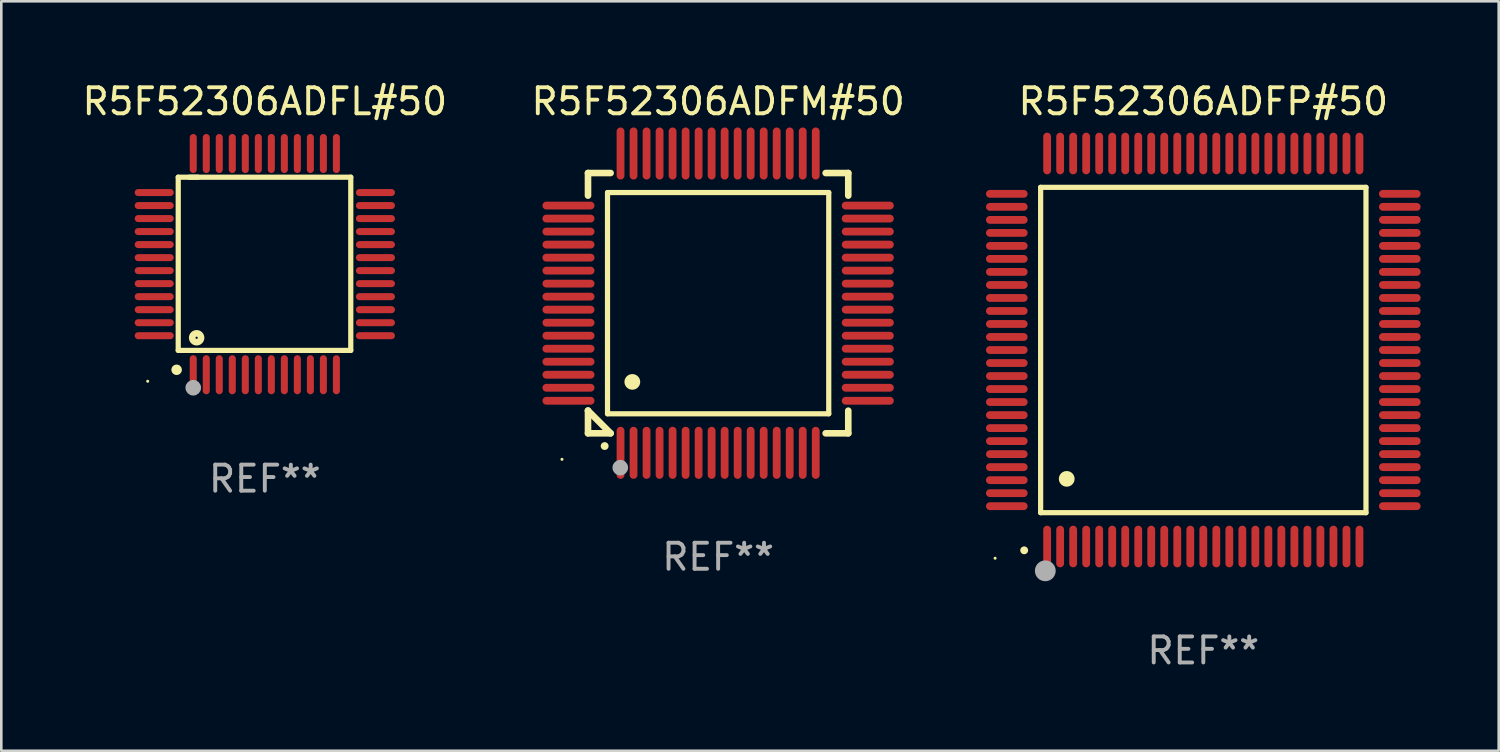
<source format=kicad_pcb>
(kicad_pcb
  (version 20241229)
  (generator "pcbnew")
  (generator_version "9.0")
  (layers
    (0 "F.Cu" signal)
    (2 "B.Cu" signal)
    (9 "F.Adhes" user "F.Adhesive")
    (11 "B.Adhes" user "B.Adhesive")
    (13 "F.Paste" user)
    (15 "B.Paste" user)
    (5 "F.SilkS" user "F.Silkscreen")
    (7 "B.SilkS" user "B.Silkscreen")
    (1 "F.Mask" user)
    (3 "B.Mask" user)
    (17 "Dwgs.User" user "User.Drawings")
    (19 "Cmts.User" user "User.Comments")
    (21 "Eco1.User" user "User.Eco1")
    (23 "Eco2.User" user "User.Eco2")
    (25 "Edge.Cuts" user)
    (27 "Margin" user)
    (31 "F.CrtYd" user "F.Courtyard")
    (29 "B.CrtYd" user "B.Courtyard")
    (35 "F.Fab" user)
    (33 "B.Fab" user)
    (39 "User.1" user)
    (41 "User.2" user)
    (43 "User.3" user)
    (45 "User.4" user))
  (footprint "R5F52306ADFL#50"
    (layer "F.Cu")
    (at 7.125 7.098)
    (property "Reference" "R5F52306ADFL#50" (at 0 -6.25 0) (layer "F.SilkS") (effects (font (size 1 1) (thickness 0.15))))
    (attr through_hole)
    (fp_line (start -3.327 -3.34) (end -2.565 -3.34) (stroke (width 0.2) (type solid)) (layer "F.SilkS"))
    (fp_line (start -3.327 3.315) (end -3.327 -3.34) (stroke (width 0.2) (type solid)) (layer "F.SilkS"))
    (fp_line (start -2.896 -3.34) (end 3.302 -3.34) (stroke (width 0.2) (type solid)) (layer "F.SilkS"))
    (fp_line (start 3.302 -3.34) (end 3.302 3.315) (stroke (width 0.2) (type solid)) (layer "F.SilkS"))
    (fp_line (start 3.302 3.315) (end -3.327 3.315) (stroke (width 0.2) (type solid)) (layer "F.SilkS"))
    (fp_arc (start -3.389992 4.059995) (mid -3.388722 4.059991) (end -3.387452 4.059995) (stroke (width 0.4) (type solid)) (layer "F.SilkS"))
    (fp_circle (center -4.5 4.5) (end -4.47 4.5) (stroke (width 0.06) (type solid)) (fill no) (layer "F.SilkS"))
    (fp_circle (center -2.62 2.83) (end -2.45 2.83) (stroke (width 0.254) (type solid)) (fill no) (layer "F.SilkS"))
    (fp_circle (center -2.75 4.75) (end -2.6 4.75) (stroke (width 0.3) (type solid)) (fill no) (layer "F.Fab"))
    (fp_text user "REF**" (at 0 8.25 0) (layer "F.Fab") (effects (font (size 1 1) (thickness 0.15))))
    (pad "1" smd oval (at -2.75 4.25) (size 0.27 1.5) (layers "F.Cu" "F.Mask" "F.Paste"))
    (pad "2" smd oval (at -2.25 4.25) (size 0.27 1.5) (layers "F.Cu" "F.Mask" "F.Paste"))
    (pad "3" smd oval (at -1.75 4.25) (size 0.27 1.5) (layers "F.Cu" "F.Mask" "F.Paste"))
    (pad "4" smd oval (at -1.25 4.25) (size 0.27 1.5) (layers "F.Cu" "F.Mask" "F.Paste"))
    (pad "5" smd oval (at -0.75 4.25) (size 0.27 1.5) (layers "F.Cu" "F.Mask" "F.Paste"))
    (pad "6" smd oval (at -0.25 4.25) (size 0.27 1.5) (layers "F.Cu" "F.Mask" "F.Paste"))
    (pad "7" smd oval (at 0.25 4.25) (size 0.27 1.5) (layers "F.Cu" "F.Mask" "F.Paste"))
    (pad "8" smd oval (at 0.75 4.25) (size 0.27 1.5) (layers "F.Cu" "F.Mask" "F.Paste"))
    (pad "9" smd oval (at 1.25 4.25) (size 0.27 1.5) (layers "F.Cu" "F.Mask" "F.Paste"))
    (pad "10" smd oval (at 1.75 4.25) (size 0.27 1.5) (layers "F.Cu" "F.Mask" "F.Paste"))
    (pad "11" smd oval (at 2.25 4.25) (size 0.27 1.5) (layers "F.Cu" "F.Mask" "F.Paste"))
    (pad "12" smd oval (at 2.75 4.25) (size 0.27 1.5) (layers "F.Cu" "F.Mask" "F.Paste"))
    (pad "13" smd oval (at 4.25 2.75) (size 1.5 0.27) (layers "F.Cu" "F.Mask" "F.Paste"))
    (pad "14" smd oval (at 4.25 2.25) (size 1.5 0.27) (layers "F.Cu" "F.Mask" "F.Paste"))
    (pad "15" smd oval (at 4.25 1.75) (size 1.5 0.27) (layers "F.Cu" "F.Mask" "F.Paste"))
    (pad "16" smd oval (at 4.25 1.25) (size 1.5 0.27) (layers "F.Cu" "F.Mask" "F.Paste"))
    (pad "17" smd oval (at 4.25 0.75) (size 1.5 0.27) (layers "F.Cu" "F.Mask" "F.Paste"))
    (pad "18" smd oval (at 4.25 0.25) (size 1.5 0.27) (layers "F.Cu" "F.Mask" "F.Paste"))
    (pad "19" smd oval (at 4.25 -0.25) (size 1.5 0.27) (layers "F.Cu" "F.Mask" "F.Paste"))
    (pad "20" smd oval (at 4.25 -0.75) (size 1.5 0.27) (layers "F.Cu" "F.Mask" "F.Paste"))
    (pad "21" smd oval (at 4.25 -1.25) (size 1.5 0.27) (layers "F.Cu" "F.Mask" "F.Paste"))
    (pad "22" smd oval (at 4.25 -1.75) (size 1.5 0.27) (layers "F.Cu" "F.Mask" "F.Paste"))
    (pad "23" smd oval (at 4.25 -2.25) (size 1.5 0.27) (layers "F.Cu" "F.Mask" "F.Paste"))
    (pad "24" smd oval (at 4.25 -2.75) (size 1.5 0.27) (layers "F.Cu" "F.Mask" "F.Paste"))
    (pad "25" smd oval (at 2.75 -4.25) (size 0.27 1.5) (layers "F.Cu" "F.Mask" "F.Paste"))
    (pad "26" smd oval (at 2.25 -4.25) (size 0.27 1.5) (layers "F.Cu" "F.Mask" "F.Paste"))
    (pad "27" smd oval (at 1.75 -4.25) (size 0.27 1.5) (layers "F.Cu" "F.Mask" "F.Paste"))
    (pad "28" smd oval (at 1.25 -4.25) (size 0.27 1.5) (layers "F.Cu" "F.Mask" "F.Paste"))
    (pad "29" smd oval (at 0.75 -4.25) (size 0.27 1.5) (layers "F.Cu" "F.Mask" "F.Paste"))
    (pad "30" smd oval (at 0.25 -4.25) (size 0.27 1.5) (layers "F.Cu" "F.Mask" "F.Paste"))
    (pad "31" smd oval (at -0.25 -4.25) (size 0.27 1.5) (layers "F.Cu" "F.Mask" "F.Paste"))
    (pad "32" smd oval (at -0.75 -4.25) (size 0.27 1.5) (layers "F.Cu" "F.Mask" "F.Paste"))
    (pad "33" smd oval (at -1.25 -4.25) (size 0.27 1.5) (layers "F.Cu" "F.Mask" "F.Paste"))
    (pad "34" smd oval (at -1.75 -4.25) (size 0.27 1.5) (layers "F.Cu" "F.Mask" "F.Paste"))
    (pad "35" smd oval (at -2.25 -4.25) (size 0.27 1.5) (layers "F.Cu" "F.Mask" "F.Paste"))
    (pad "36" smd oval (at -2.75 -4.25) (size 0.27 1.5) (layers "F.Cu" "F.Mask" "F.Paste"))
    (pad "37" smd oval (at -4.25 -2.75) (size 1.5 0.27) (layers "F.Cu" "F.Mask" "F.Paste"))
    (pad "38" smd oval (at -4.25 -2.25) (size 1.5 0.27) (layers "F.Cu" "F.Mask" "F.Paste"))
    (pad "39" smd oval (at -4.25 -1.75) (size 1.5 0.27) (layers "F.Cu" "F.Mask" "F.Paste"))
    (pad "40" smd oval (at -4.25 -1.25) (size 1.5 0.27) (layers "F.Cu" "F.Mask" "F.Paste"))
    (pad "41" smd oval (at -4.25 -0.75) (size 1.5 0.27) (layers "F.Cu" "F.Mask" "F.Paste"))
    (pad "42" smd oval (at -4.25 -0.25) (size 1.5 0.27) (layers "F.Cu" "F.Mask" "F.Paste"))
    (pad "43" smd oval (at -4.25 0.25) (size 1.5 0.27) (layers "F.Cu" "F.Mask" "F.Paste"))
    (pad "44" smd oval (at -4.25 0.75) (size 1.5 0.27) (layers "F.Cu" "F.Mask" "F.Paste"))
    (pad "45" smd oval (at -4.25 1.25) (size 1.5 0.27) (layers "F.Cu" "F.Mask" "F.Paste"))
    (pad "46" smd oval (at -4.25 1.75) (size 1.5 0.27) (layers "F.Cu" "F.Mask" "F.Paste"))
    (pad "47" smd oval (at -4.25 2.25) (size 1.5 0.27) (layers "F.Cu" "F.Mask" "F.Paste"))
    (pad "48" smd oval (at -4.25 2.75) (size 1.5 0.27) (layers "F.Cu" "F.Mask" "F.Paste")))
  (footprint "R5F52306ADFP#50"
    (layer "F.Cu")
    (at 43.183 10.398)
    (property "Reference" "R5F52306ADFP#50" (at 0 -9.55 0) (layer "F.SilkS") (effects (font (size 1 1) (thickness 0.15))))
    (attr through_hole)
    (fp_line (start -6.25 -6.25) (end -6.25 6.25) (stroke (width 0.2) (type solid)) (layer "F.SilkS"))
    (fp_line (start -6.25 6.25) (end 6.25 6.25) (stroke (width 0.2) (type solid)) (layer "F.SilkS"))
    (fp_line (start 6.25 -6.25) (end -6.25 -6.25) (stroke (width 0.2) (type solid)) (layer "F.SilkS"))
    (fp_line (start 6.25 6.25) (end 6.25 -6.25) (stroke (width 0.2) (type solid)) (layer "F.SilkS"))
    (fp_arc (start -6.883414 7.696215) (mid -6.882144 7.69621) (end -6.880874 7.696215) (stroke (width 0.3) (type solid)) (layer "F.SilkS"))
    (fp_arc (start -5.250191 4.95047) (mid -5.247651 4.950459) (end -5.245111 4.95047) (stroke (width 0.6) (type solid)) (layer "F.SilkS"))
    (fp_circle (center -8 8) (end -7.97 8) (stroke (width 0.06) (type solid)) (fill no) (layer "F.SilkS"))
    (fp_circle (center -6.071 8.484) (end -5.871 8.484) (stroke (width 0.4) (type solid)) (fill no) (layer "F.Fab"))
    (fp_text user "REF**" (at 0 11.55 0) (layer "F.Fab") (effects (font (size 1 1) (thickness 0.15))))
    (pad "1" smd oval (at -6 7.55) (size 0.3 1.6) (layers "F.Cu" "F.Mask" "F.Paste"))
    (pad "2" smd oval (at -5.5 7.55) (size 0.3 1.6) (layers "F.Cu" "F.Mask" "F.Paste"))
    (pad "3" smd oval (at -5 7.55) (size 0.3 1.6) (layers "F.Cu" "F.Mask" "F.Paste"))
    (pad "4" smd oval (at -4.5 7.55) (size 0.3 1.6) (layers "F.Cu" "F.Mask" "F.Paste"))
    (pad "5" smd oval (at -4 7.55) (size 0.3 1.6) (layers "F.Cu" "F.Mask" "F.Paste"))
    (pad "6" smd oval (at -3.5 7.55) (size 0.3 1.6) (layers "F.Cu" "F.Mask" "F.Paste"))
    (pad "7" smd oval (at -3 7.55) (size 0.3 1.6) (layers "F.Cu" "F.Mask" "F.Paste"))
    (pad "8" smd oval (at -2.5 7.55) (size 0.3 1.6) (layers "F.Cu" "F.Mask" "F.Paste"))
    (pad "9" smd oval (at -2 7.55) (size 0.3 1.6) (layers "F.Cu" "F.Mask" "F.Paste"))
    (pad "10" smd oval (at -1.5 7.55) (size 0.3 1.6) (layers "F.Cu" "F.Mask" "F.Paste"))
    (pad "11" smd oval (at -1 7.55) (size 0.3 1.6) (layers "F.Cu" "F.Mask" "F.Paste"))
    (pad "12" smd oval (at -0.5 7.55) (size 0.3 1.6) (layers "F.Cu" "F.Mask" "F.Paste"))
    (pad "13" smd oval (at 0 7.55) (size 0.3 1.6) (layers "F.Cu" "F.Mask" "F.Paste"))
    (pad "14" smd oval (at 0.5 7.55) (size 0.3 1.6) (layers "F.Cu" "F.Mask" "F.Paste"))
    (pad "15" smd oval (at 1 7.55) (size 0.3 1.6) (layers "F.Cu" "F.Mask" "F.Paste"))
    (pad "16" smd oval (at 1.5 7.55) (size 0.3 1.6) (layers "F.Cu" "F.Mask" "F.Paste"))
    (pad "17" smd oval (at 2 7.55) (size 0.3 1.6) (layers "F.Cu" "F.Mask" "F.Paste"))
    (pad "18" smd oval (at 2.5 7.55) (size 0.3 1.6) (layers "F.Cu" "F.Mask" "F.Paste"))
    (pad "19" smd oval (at 3 7.55) (size 0.3 1.6) (layers "F.Cu" "F.Mask" "F.Paste"))
    (pad "20" smd oval (at 3.5 7.55) (size 0.3 1.6) (layers "F.Cu" "F.Mask" "F.Paste"))
    (pad "21" smd oval (at 4 7.55) (size 0.3 1.6) (layers "F.Cu" "F.Mask" "F.Paste"))
    (pad "22" smd oval (at 4.5 7.55) (size 0.3 1.6) (layers "F.Cu" "F.Mask" "F.Paste"))
    (pad "23" smd oval (at 5 7.55) (size 0.3 1.6) (layers "F.Cu" "F.Mask" "F.Paste"))
    (pad "24" smd oval (at 5.5 7.55) (size 0.3 1.6) (layers "F.Cu" "F.Mask" "F.Paste"))
    (pad "25" smd oval (at 6 7.55) (size 0.3 1.6) (layers "F.Cu" "F.Mask" "F.Paste"))
    (pad "26" smd oval (at 7.55 6) (size 1.6 0.3) (layers "F.Cu" "F.Mask" "F.Paste"))
    (pad "27" smd oval (at 7.55 5.5) (size 1.6 0.3) (layers "F.Cu" "F.Mask" "F.Paste"))
    (pad "28" smd oval (at 7.55 5) (size 1.6 0.3) (layers "F.Cu" "F.Mask" "F.Paste"))
    (pad "29" smd oval (at 7.55 4.5) (size 1.6 0.3) (layers "F.Cu" "F.Mask" "F.Paste"))
    (pad "30" smd oval (at 7.55 4) (size 1.6 0.3) (layers "F.Cu" "F.Mask" "F.Paste"))
    (pad "31" smd oval (at 7.55 3.5) (size 1.6 0.3) (layers "F.Cu" "F.Mask" "F.Paste"))
    (pad "32" smd oval (at 7.55 3) (size 1.6 0.3) (layers "F.Cu" "F.Mask" "F.Paste"))
    (pad "33" smd oval (at 7.55 2.5) (size 1.6 0.3) (layers "F.Cu" "F.Mask" "F.Paste"))
    (pad "34" smd oval (at 7.55 2) (size 1.6 0.3) (layers "F.Cu" "F.Mask" "F.Paste"))
    (pad "35" smd oval (at 7.55 1.5) (size 1.6 0.3) (layers "F.Cu" "F.Mask" "F.Paste"))
    (pad "36" smd oval (at 7.55 1) (size 1.6 0.3) (layers "F.Cu" "F.Mask" "F.Paste"))
    (pad "37" smd oval (at 7.55 0.5) (size 1.6 0.3) (layers "F.Cu" "F.Mask" "F.Paste"))
    (pad "38" smd oval (at 7.55 0) (size 1.6 0.3) (layers "F.Cu" "F.Mask" "F.Paste"))
    (pad "39" smd oval (at 7.55 -0.5) (size 1.6 0.3) (layers "F.Cu" "F.Mask" "F.Paste"))
    (pad "40" smd oval (at 7.55 -1) (size 1.6 0.3) (layers "F.Cu" "F.Mask" "F.Paste"))
    (pad "41" smd oval (at 7.55 -1.5) (size 1.6 0.3) (layers "F.Cu" "F.Mask" "F.Paste"))
    (pad "42" smd oval (at 7.55 -2) (size 1.6 0.3) (layers "F.Cu" "F.Mask" "F.Paste"))
    (pad "43" smd oval (at 7.55 -2.5) (size 1.6 0.3) (layers "F.Cu" "F.Mask" "F.Paste"))
    (pad "44" smd oval (at 7.55 -3) (size 1.6 0.3) (layers "F.Cu" "F.Mask" "F.Paste"))
    (pad "45" smd oval (at 7.55 -3.5) (size 1.6 0.3) (layers "F.Cu" "F.Mask" "F.Paste"))
    (pad "46" smd oval (at 7.55 -4) (size 1.6 0.3) (layers "F.Cu" "F.Mask" "F.Paste"))
    (pad "47" smd oval (at 7.55 -4.5) (size 1.6 0.3) (layers "F.Cu" "F.Mask" "F.Paste"))
    (pad "48" smd oval (at 7.55 -5) (size 1.6 0.3) (layers "F.Cu" "F.Mask" "F.Paste"))
    (pad "49" smd oval (at 7.55 -5.5) (size 1.6 0.3) (layers "F.Cu" "F.Mask" "F.Paste"))
    (pad "50" smd oval (at 7.55 -6) (size 1.6 0.3) (layers "F.Cu" "F.Mask" "F.Paste"))
    (pad "51" smd oval (at 6 -7.55) (size 0.3 1.6) (layers "F.Cu" "F.Mask" "F.Paste"))
    (pad "52" smd oval (at 5.5 -7.55) (size 0.3 1.6) (layers "F.Cu" "F.Mask" "F.Paste"))
    (pad "53" smd oval (at 5 -7.55) (size 0.3 1.6) (layers "F.Cu" "F.Mask" "F.Paste"))
    (pad "54" smd oval (at 4.5 -7.55) (size 0.3 1.6) (layers "F.Cu" "F.Mask" "F.Paste"))
    (pad "55" smd oval (at 4 -7.55) (size 0.3 1.6) (layers "F.Cu" "F.Mask" "F.Paste"))
    (pad "56" smd oval (at 3.5 -7.55) (size 0.3 1.6) (layers "F.Cu" "F.Mask" "F.Paste"))
    (pad "57" smd oval (at 3 -7.55) (size 0.3 1.6) (layers "F.Cu" "F.Mask" "F.Paste"))
    (pad "58" smd oval (at 2.5 -7.55) (size 0.3 1.6) (layers "F.Cu" "F.Mask" "F.Paste"))
    (pad "59" smd oval (at 2 -7.55) (size 0.3 1.6) (layers "F.Cu" "F.Mask" "F.Paste"))
    (pad "60" smd oval (at 1.5 -7.55) (size 0.3 1.6) (layers "F.Cu" "F.Mask" "F.Paste"))
    (pad "61" smd oval (at 1 -7.55) (size 0.3 1.6) (layers "F.Cu" "F.Mask" "F.Paste"))
    (pad "62" smd oval (at 0.5 -7.55) (size 0.3 1.6) (layers "F.Cu" "F.Mask" "F.Paste"))
    (pad "63" smd oval (at 0 -7.55) (size 0.3 1.6) (layers "F.Cu" "F.Mask" "F.Paste"))
    (pad "64" smd oval (at -0.5 -7.55) (size 0.3 1.6) (layers "F.Cu" "F.Mask" "F.Paste"))
    (pad "65" smd oval (at -1 -7.55) (size 0.3 1.6) (layers "F.Cu" "F.Mask" "F.Paste"))
    (pad "66" smd oval (at -1.5 -7.55) (size 0.3 1.6) (layers "F.Cu" "F.Mask" "F.Paste"))
    (pad "67" smd oval (at -2 -7.55) (size 0.3 1.6) (layers "F.Cu" "F.Mask" "F.Paste"))
    (pad "68" smd oval (at -2.5 -7.55) (size 0.3 1.6) (layers "F.Cu" "F.Mask" "F.Paste"))
    (pad "69" smd oval (at -3 -7.55) (size 0.3 1.6) (layers "F.Cu" "F.Mask" "F.Paste"))
    (pad "70" smd oval (at -3.5 -7.55) (size 0.3 1.6) (layers "F.Cu" "F.Mask" "F.Paste"))
    (pad "71" smd oval (at -4 -7.55) (size 0.3 1.6) (layers "F.Cu" "F.Mask" "F.Paste"))
    (pad "72" smd oval (at -4.5 -7.55) (size 0.3 1.6) (layers "F.Cu" "F.Mask" "F.Paste"))
    (pad "73" smd oval (at -5 -7.55) (size 0.3 1.6) (layers "F.Cu" "F.Mask" "F.Paste"))
    (pad "74" smd oval (at -5.5 -7.55) (size 0.3 1.6) (layers "F.Cu" "F.Mask" "F.Paste"))
    (pad "75" smd oval (at -6 -7.55) (size 0.3 1.6) (layers "F.Cu" "F.Mask" "F.Paste"))
    (pad "76" smd oval (at -7.55 -6) (size 1.6 0.3) (layers "F.Cu" "F.Mask" "F.Paste"))
    (pad "77" smd oval (at -7.55 -5.5) (size 1.6 0.3) (layers "F.Cu" "F.Mask" "F.Paste"))
    (pad "78" smd oval (at -7.55 -5) (size 1.6 0.3) (layers "F.Cu" "F.Mask" "F.Paste"))
    (pad "79" smd oval (at -7.55 -4.5) (size 1.6 0.3) (layers "F.Cu" "F.Mask" "F.Paste"))
    (pad "80" smd oval (at -7.55 -4) (size 1.6 0.3) (layers "F.Cu" "F.Mask" "F.Paste"))
    (pad "81" smd oval (at -7.55 -3.5) (size 1.6 0.3) (layers "F.Cu" "F.Mask" "F.Paste"))
    (pad "82" smd oval (at -7.55 -3) (size 1.6 0.3) (layers "F.Cu" "F.Mask" "F.Paste"))
    (pad "83" smd oval (at -7.55 -2.5) (size 1.6 0.3) (layers "F.Cu" "F.Mask" "F.Paste"))
    (pad "84" smd oval (at -7.55 -2) (size 1.6 0.3) (layers "F.Cu" "F.Mask" "F.Paste"))
    (pad "85" smd oval (at -7.55 -1.5) (size 1.6 0.3) (layers "F.Cu" "F.Mask" "F.Paste"))
    (pad "86" smd oval (at -7.55 -1) (size 1.6 0.3) (layers "F.Cu" "F.Mask" "F.Paste"))
    (pad "87" smd oval (at -7.55 -0.5) (size 1.6 0.3) (layers "F.Cu" "F.Mask" "F.Paste"))
    (pad "88" smd oval (at -7.55 0) (size 1.6 0.3) (layers "F.Cu" "F.Mask" "F.Paste"))
    (pad "89" smd oval (at -7.55 0.5) (size 1.6 0.3) (layers "F.Cu" "F.Mask" "F.Paste"))
    (pad "90" smd oval (at -7.55 1) (size 1.6 0.3) (layers "F.Cu" "F.Mask" "F.Paste"))
    (pad "91" smd oval (at -7.55 1.5) (size 1.6 0.3) (layers "F.Cu" "F.Mask" "F.Paste"))
    (pad "92" smd oval (at -7.55 2) (size 1.6 0.3) (layers "F.Cu" "F.Mask" "F.Paste"))
    (pad "93" smd oval (at -7.55 2.5) (size 1.6 0.3) (layers "F.Cu" "F.Mask" "F.Paste"))
    (pad "94" smd oval (at -7.55 3) (size 1.6 0.3) (layers "F.Cu" "F.Mask" "F.Paste"))
    (pad "95" smd oval (at -7.55 3.5) (size 1.6 0.3) (layers "F.Cu" "F.Mask" "F.Paste"))
    (pad "96" smd oval (at -7.55 4) (size 1.6 0.3) (layers "F.Cu" "F.Mask" "F.Paste"))
    (pad "97" smd oval (at -7.55 4.5) (size 1.6 0.3) (layers "F.Cu" "F.Mask" "F.Paste"))
    (pad "98" smd oval (at -7.55 5) (size 1.6 0.3) (layers "F.Cu" "F.Mask" "F.Paste"))
    (pad "99" smd oval (at -7.55 5.5) (size 1.6 0.3) (layers "F.Cu" "F.Mask" "F.Paste"))
    (pad "100" smd oval (at -7.55 6) (size 1.6 0.3) (layers "F.Cu" "F.Mask" "F.Paste")))
  (footprint "R5F52306ADFM#50"
    (layer "F.Cu")
    (at 24.542 8.598)
    (property "Reference" "R5F52306ADFM#50" (at 0 -7.75 0) (layer "F.SilkS") (effects (font (size 1 1) (thickness 0.15))))
    (attr through_hole)
    (fp_line (start -5 -5) (end -4.131 -5) (stroke (width 0.254) (type solid)) (layer "F.SilkS"))
    (fp_line (start -5 -4.131) (end -5 -5) (stroke (width 0.254) (type solid)) (layer "F.SilkS"))
    (fp_line (start -5 4.131) (end -5 4.131) (stroke (width 0.254) (type solid)) (layer "F.SilkS"))
    (fp_line (start -5 5) (end -5 4.131) (stroke (width 0.254) (type solid)) (layer "F.SilkS"))
    (fp_line (start -5 4.131) (end -4.131 5) (stroke (width 0.254) (type solid)) (layer "F.SilkS"))
    (fp_line (start -4.25 -4.25) (end -4.25 4.25) (stroke (width 0.2) (type solid)) (layer "F.SilkS"))
    (fp_line (start -4.25 4.25) (end 4.25 4.25) (stroke (width 0.2) (type solid)) (layer "F.SilkS"))
    (fp_line (start -4.131 5) (end -5 5) (stroke (width 0.254) (type solid)) (layer "F.SilkS"))
    (fp_line (start 4.25 -4.25) (end -4.25 -4.25) (stroke (width 0.2) (type solid)) (layer "F.SilkS"))
    (fp_line (start 4.25 4.25) (end 4.25 -4.25) (stroke (width 0.2) (type solid)) (layer "F.SilkS"))
    (fp_line (start 5 -5) (end 4.131 -5) (stroke (width 0.254) (type solid)) (layer "F.SilkS"))
    (fp_line (start 5 -5) (end 5 -4.131) (stroke (width 0.254) (type solid)) (layer "F.SilkS"))
    (fp_line (start 5 4.131) (end 5 5) (stroke (width 0.254) (type solid)) (layer "F.SilkS"))
    (fp_line (start 5 5) (end 4.131 5) (stroke (width 0.254) (type solid)) (layer "F.SilkS"))
    (fp_arc (start -4.361265 5.489992) (mid -4.359995 5.489987) (end -4.358725 5.489992) (stroke (width 0.3) (type solid)) (layer "F.SilkS"))
    (fp_arc (start -3.299467 3.025146) (mid -3.296927 3.025135) (end -3.294387 3.025146) (stroke (width 0.6) (type solid)) (layer "F.SilkS"))
    (fp_circle (center -6 6) (end -5.97 6) (stroke (width 0.06) (type solid)) (fill no) (layer "F.SilkS"))
    (fp_circle (center -3.76 6.32) (end -3.61 6.32) (stroke (width 0.3) (type solid)) (fill no) (layer "F.Fab"))
    (fp_text user "REF**" (at 0 9.75 0) (layer "F.Fab") (effects (font (size 1 1) (thickness 0.15))))
    (pad "1" smd oval (at -3.75 5.75) (size 0.3 2) (layers "F.Cu" "F.Mask" "F.Paste"))
    (pad "2" smd oval (at -3.25 5.75) (size 0.3 2) (layers "F.Cu" "F.Mask" "F.Paste"))
    (pad "3" smd oval (at -2.75 5.75) (size 0.3 2) (layers "F.Cu" "F.Mask" "F.Paste"))
    (pad "4" smd oval (at -2.25 5.75) (size 0.3 2) (layers "F.Cu" "F.Mask" "F.Paste"))
    (pad "5" smd oval (at -1.75 5.75) (size 0.3 2) (layers "F.Cu" "F.Mask" "F.Paste"))
    (pad "6" smd oval (at -1.25 5.75) (size 0.3 2) (layers "F.Cu" "F.Mask" "F.Paste"))
    (pad "7" smd oval (at -0.75 5.75) (size 0.3 2) (layers "F.Cu" "F.Mask" "F.Paste"))
    (pad "8" smd oval (at -0.25 5.75) (size 0.3 2) (layers "F.Cu" "F.Mask" "F.Paste"))
    (pad "9" smd oval (at 0.25 5.75) (size 0.3 2) (layers "F.Cu" "F.Mask" "F.Paste"))
    (pad "10" smd oval (at 0.75 5.75) (size 0.3 2) (layers "F.Cu" "F.Mask" "F.Paste"))
    (pad "11" smd oval (at 1.25 5.75) (size 0.3 2) (layers "F.Cu" "F.Mask" "F.Paste"))
    (pad "12" smd oval (at 1.75 5.75) (size 0.3 2) (layers "F.Cu" "F.Mask" "F.Paste"))
    (pad "13" smd oval (at 2.25 5.75) (size 0.3 2) (layers "F.Cu" "F.Mask" "F.Paste"))
    (pad "14" smd oval (at 2.75 5.75) (size 0.3 2) (layers "F.Cu" "F.Mask" "F.Paste"))
    (pad "15" smd oval (at 3.25 5.75) (size 0.3 2) (layers "F.Cu" "F.Mask" "F.Paste"))
    (pad "16" smd oval (at 3.75 5.75) (size 0.3 2) (layers "F.Cu" "F.Mask" "F.Paste"))
    (pad "17" smd oval (at 5.75 3.75) (size 2 0.3) (layers "F.Cu" "F.Mask" "F.Paste"))
    (pad "18" smd oval (at 5.75 3.25) (size 2 0.3) (layers "F.Cu" "F.Mask" "F.Paste"))
    (pad "19" smd oval (at 5.75 2.75) (size 2 0.3) (layers "F.Cu" "F.Mask" "F.Paste"))
    (pad "20" smd oval (at 5.75 2.25) (size 2 0.3) (layers "F.Cu" "F.Mask" "F.Paste"))
    (pad "21" smd oval (at 5.75 1.75) (size 2 0.3) (layers "F.Cu" "F.Mask" "F.Paste"))
    (pad "22" smd oval (at 5.75 1.25) (size 2 0.3) (layers "F.Cu" "F.Mask" "F.Paste"))
    (pad "23" smd oval (at 5.75 0.75) (size 2 0.3) (layers "F.Cu" "F.Mask" "F.Paste"))
    (pad "24" smd oval (at 5.75 0.25) (size 2 0.3) (layers "F.Cu" "F.Mask" "F.Paste"))
    (pad "25" smd oval (at 5.75 -0.25) (size 2 0.3) (layers "F.Cu" "F.Mask" "F.Paste"))
    (pad "26" smd oval (at 5.75 -0.75) (size 2 0.3) (layers "F.Cu" "F.Mask" "F.Paste"))
    (pad "27" smd oval (at 5.75 -1.25) (size 2 0.3) (layers "F.Cu" "F.Mask" "F.Paste"))
    (pad "28" smd oval (at 5.75 -1.75) (size 2 0.3) (layers "F.Cu" "F.Mask" "F.Paste"))
    (pad "29" smd oval (at 5.75 -2.25) (size 2 0.3) (layers "F.Cu" "F.Mask" "F.Paste"))
    (pad "30" smd oval (at 5.75 -2.75) (size 2 0.3) (layers "F.Cu" "F.Mask" "F.Paste"))
    (pad "31" smd oval (at 5.75 -3.25) (size 2 0.3) (layers "F.Cu" "F.Mask" "F.Paste"))
    (pad "32" smd oval (at 5.75 -3.75) (size 2 0.3) (layers "F.Cu" "F.Mask" "F.Paste"))
    (pad "33" smd oval (at 3.75 -5.75) (size 0.3 2) (layers "F.Cu" "F.Mask" "F.Paste"))
    (pad "34" smd oval (at 3.25 -5.75) (size 0.3 2) (layers "F.Cu" "F.Mask" "F.Paste"))
    (pad "35" smd oval (at 2.75 -5.75) (size 0.3 2) (layers "F.Cu" "F.Mask" "F.Paste"))
    (pad "36" smd oval (at 2.25 -5.75) (size 0.3 2) (layers "F.Cu" "F.Mask" "F.Paste"))
    (pad "37" smd oval (at 1.75 -5.75) (size 0.3 2) (layers "F.Cu" "F.Mask" "F.Paste"))
    (pad "38" smd oval (at 1.25 -5.75) (size 0.3 2) (layers "F.Cu" "F.Mask" "F.Paste"))
    (pad "39" smd oval (at 0.75 -5.75) (size 0.3 2) (layers "F.Cu" "F.Mask" "F.Paste"))
    (pad "40" smd oval (at 0.25 -5.75) (size 0.3 2) (layers "F.Cu" "F.Mask" "F.Paste"))
    (pad "41" smd oval (at -0.25 -5.75) (size 0.3 2) (layers "F.Cu" "F.Mask" "F.Paste"))
    (pad "42" smd oval (at -0.75 -5.75) (size 0.3 2) (layers "F.Cu" "F.Mask" "F.Paste"))
    (pad "43" smd oval (at -1.25 -5.75) (size 0.3 2) (layers "F.Cu" "F.Mask" "F.Paste"))
    (pad "44" smd oval (at -1.75 -5.75) (size 0.3 2) (layers "F.Cu" "F.Mask" "F.Paste"))
    (pad "45" smd oval (at -2.25 -5.75) (size 0.3 2) (layers "F.Cu" "F.Mask" "F.Paste"))
    (pad "46" smd oval (at -2.75 -5.75) (size 0.3 2) (layers "F.Cu" "F.Mask" "F.Paste"))
    (pad "47" smd oval (at -3.25 -5.75) (size 0.3 2) (layers "F.Cu" "F.Mask" "F.Paste"))
    (pad "48" smd oval (at -3.75 -5.75) (size 0.3 2) (layers "F.Cu" "F.Mask" "F.Paste"))
    (pad "49" smd oval (at -5.75 -3.75) (size 2 0.3) (layers "F.Cu" "F.Mask" "F.Paste"))
    (pad "50" smd oval (at -5.75 -3.25) (size 2 0.3) (layers "F.Cu" "F.Mask" "F.Paste"))
    (pad "51" smd oval (at -5.75 -2.75) (size 2 0.3) (layers "F.Cu" "F.Mask" "F.Paste"))
    (pad "52" smd oval (at -5.75 -2.25) (size 2 0.3) (layers "F.Cu" "F.Mask" "F.Paste"))
    (pad "53" smd oval (at -5.75 -1.75) (size 2 0.3) (layers "F.Cu" "F.Mask" "F.Paste"))
    (pad "54" smd oval (at -5.75 -1.25) (size 2 0.3) (layers "F.Cu" "F.Mask" "F.Paste"))
    (pad "55" smd oval (at -5.75 -0.75) (size 2 0.3) (layers "F.Cu" "F.Mask" "F.Paste"))
    (pad "56" smd oval (at -5.75 -0.25) (size 2 0.3) (layers "F.Cu" "F.Mask" "F.Paste"))
    (pad "57" smd oval (at -5.75 0.25) (size 2 0.3) (layers "F.Cu" "F.Mask" "F.Paste"))
    (pad "58" smd oval (at -5.75 0.75) (size 2 0.3) (layers "F.Cu" "F.Mask" "F.Paste"))
    (pad "59" smd oval (at -5.75 1.25) (size 2 0.3) (layers "F.Cu" "F.Mask" "F.Paste"))
    (pad "60" smd oval (at -5.75 1.75) (size 2 0.3) (layers "F.Cu" "F.Mask" "F.Paste"))
    (pad "61" smd oval (at -5.75 2.25) (size 2 0.3) (layers "F.Cu" "F.Mask" "F.Paste"))
    (pad "62" smd oval (at -5.75 2.75) (size 2 0.3) (layers "F.Cu" "F.Mask" "F.Paste"))
    (pad "63" smd oval (at -5.75 3.25) (size 2 0.3) (layers "F.Cu" "F.Mask" "F.Paste"))
    (pad "64" smd oval (at -5.75 3.75) (size 2 0.3) (layers "F.Cu" "F.Mask" "F.Paste")))
  (gr_rect
    (start -3 -3)
    (end 54.533 25.796)
    (stroke (width 0.1) (type default))
    (fill no)
    (layer "Edge.Cuts")))
</source>
